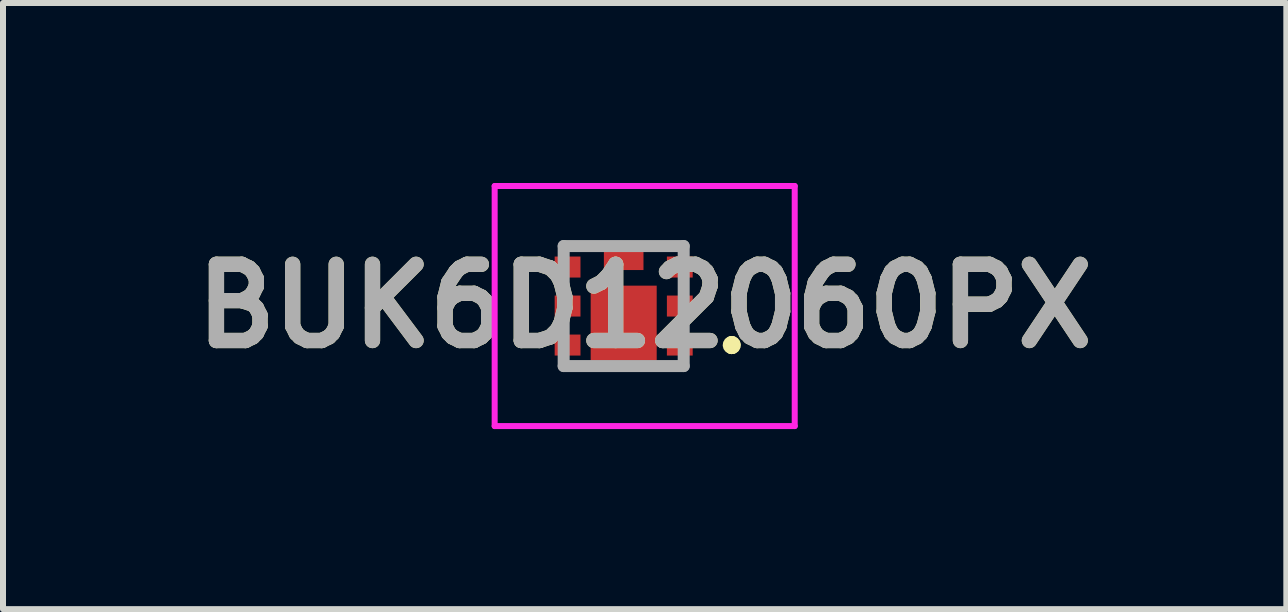
<source format=kicad_pcb>
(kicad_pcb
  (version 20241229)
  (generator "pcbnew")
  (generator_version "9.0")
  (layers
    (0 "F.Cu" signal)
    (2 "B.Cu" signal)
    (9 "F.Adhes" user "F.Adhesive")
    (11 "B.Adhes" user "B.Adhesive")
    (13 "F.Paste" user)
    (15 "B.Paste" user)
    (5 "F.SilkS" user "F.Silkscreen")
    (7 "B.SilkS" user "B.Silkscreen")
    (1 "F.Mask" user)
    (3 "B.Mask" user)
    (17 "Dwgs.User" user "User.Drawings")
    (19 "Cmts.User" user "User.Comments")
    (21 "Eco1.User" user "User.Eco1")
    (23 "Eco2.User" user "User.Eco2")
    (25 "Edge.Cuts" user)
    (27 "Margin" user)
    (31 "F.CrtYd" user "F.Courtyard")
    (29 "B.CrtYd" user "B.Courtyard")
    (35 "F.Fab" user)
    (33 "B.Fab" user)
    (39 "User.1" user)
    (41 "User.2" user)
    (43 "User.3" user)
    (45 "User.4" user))
  (footprint "BUK6D12060PX"
    (layer "F.Cu")
    (at 7.343 2.05)
    (property "Reference" "BUK6D12060PX" (at 0.35 0 0) (layer "F.SilkS") (effects (font (size 1.27 1.27) (thickness 0.254))))
    (attr smd)
    (fp_line (start 1.8 0.6) (end 1.8 0.6) (stroke (width 0.2) (type solid)) (layer "F.SilkS"))
    (fp_line (start 1.8 0.7) (end 1.8 0.7) (stroke (width 0.2) (type solid)) (layer "F.SilkS"))
    (fp_line (start 1.8 0.7) (end 1.8 0.7) (stroke (width 0.2) (type solid)) (layer "F.SilkS"))
    (fp_arc (start 1.8 0.6) (mid 1.85 0.65) (end 1.8 0.7) (stroke (width 0.2) (type solid)) (layer "F.SilkS"))
    (fp_arc (start 1.8 0.6) (mid 1.85 0.65) (end 1.8 0.7) (stroke (width 0.2) (type solid)) (layer "F.SilkS"))
    (fp_arc (start 1.8 0.7) (mid 1.75 0.65) (end 1.8 0.6) (stroke (width 0.2) (type solid)) (layer "F.SilkS"))
    (fp_line (start -2.15 -2) (end 2.85 -2) (stroke (width 0.1) (type solid)) (layer "F.CrtYd"))
    (fp_line (start -2.15 2) (end -2.15 -2) (stroke (width 0.1) (type solid)) (layer "F.CrtYd"))
    (fp_line (start 2.85 -2) (end 2.85 2) (stroke (width 0.1) (type solid)) (layer "F.CrtYd"))
    (fp_line (start 2.85 2) (end -2.15 2) (stroke (width 0.1) (type solid)) (layer "F.CrtYd"))
    (fp_line (start -1 -1) (end -1 1) (stroke (width 0.2) (type solid)) (layer "F.Fab"))
    (fp_line (start -1 1) (end 1 1) (stroke (width 0.2) (type solid)) (layer "F.Fab"))
    (fp_line (start 1 -1) (end -1 -1) (stroke (width 0.2) (type solid)) (layer "F.Fab"))
    (fp_line (start 1 1) (end 1 -1) (stroke (width 0.2) (type solid)) (layer "F.Fab"))
    (fp_text user "${REFERENCE}" (at 0.35 0 0) (layer "F.Fab") (effects (font (size 1.27 1.27) (thickness 0.254))))
    (pad "1" smd rect (at 0.935 0.65 90) (size 0.35 0.43) (layers "F.Cu" "F.Mask" "F.Paste"))
    (pad "2" smd rect (at 0.935 0 90) (size 0.35 0.43) (layers "F.Cu" "F.Mask" "F.Paste"))
    (pad "3" smd rect (at 0.935 -0.65 90) (size 0.35 0.43) (layers "F.Cu" "F.Mask" "F.Paste"))
    (pad "4" smd rect (at -0.935 -0.65 90) (size 0.35 0.43) (layers "F.Cu" "F.Mask" "F.Paste"))
    (pad "5" smd rect (at -0.935 0 90) (size 0.35 0.43) (layers "F.Cu" "F.Mask" "F.Paste"))
    (pad "6" smd rect (at -0.935 0.65 90) (size 0.35 0.43) (layers "F.Cu" "F.Mask" "F.Paste"))
    (pad "7" smd rect (at 0 0.285) (size 1.1 1.25) (layers "F.Cu" "F.Mask" "F.Paste"))
    (pad "8" smd rect (at 0 -0.775 90) (size 0.35 0.66) (layers "F.Cu" "F.Mask" "F.Paste")))
  (gr_rect
    (start -3 -3)
    (end 18.385 7.1)
    (stroke (width 0.1) (type default))
    (fill no)
    (layer "Edge.Cuts")))
</source>
